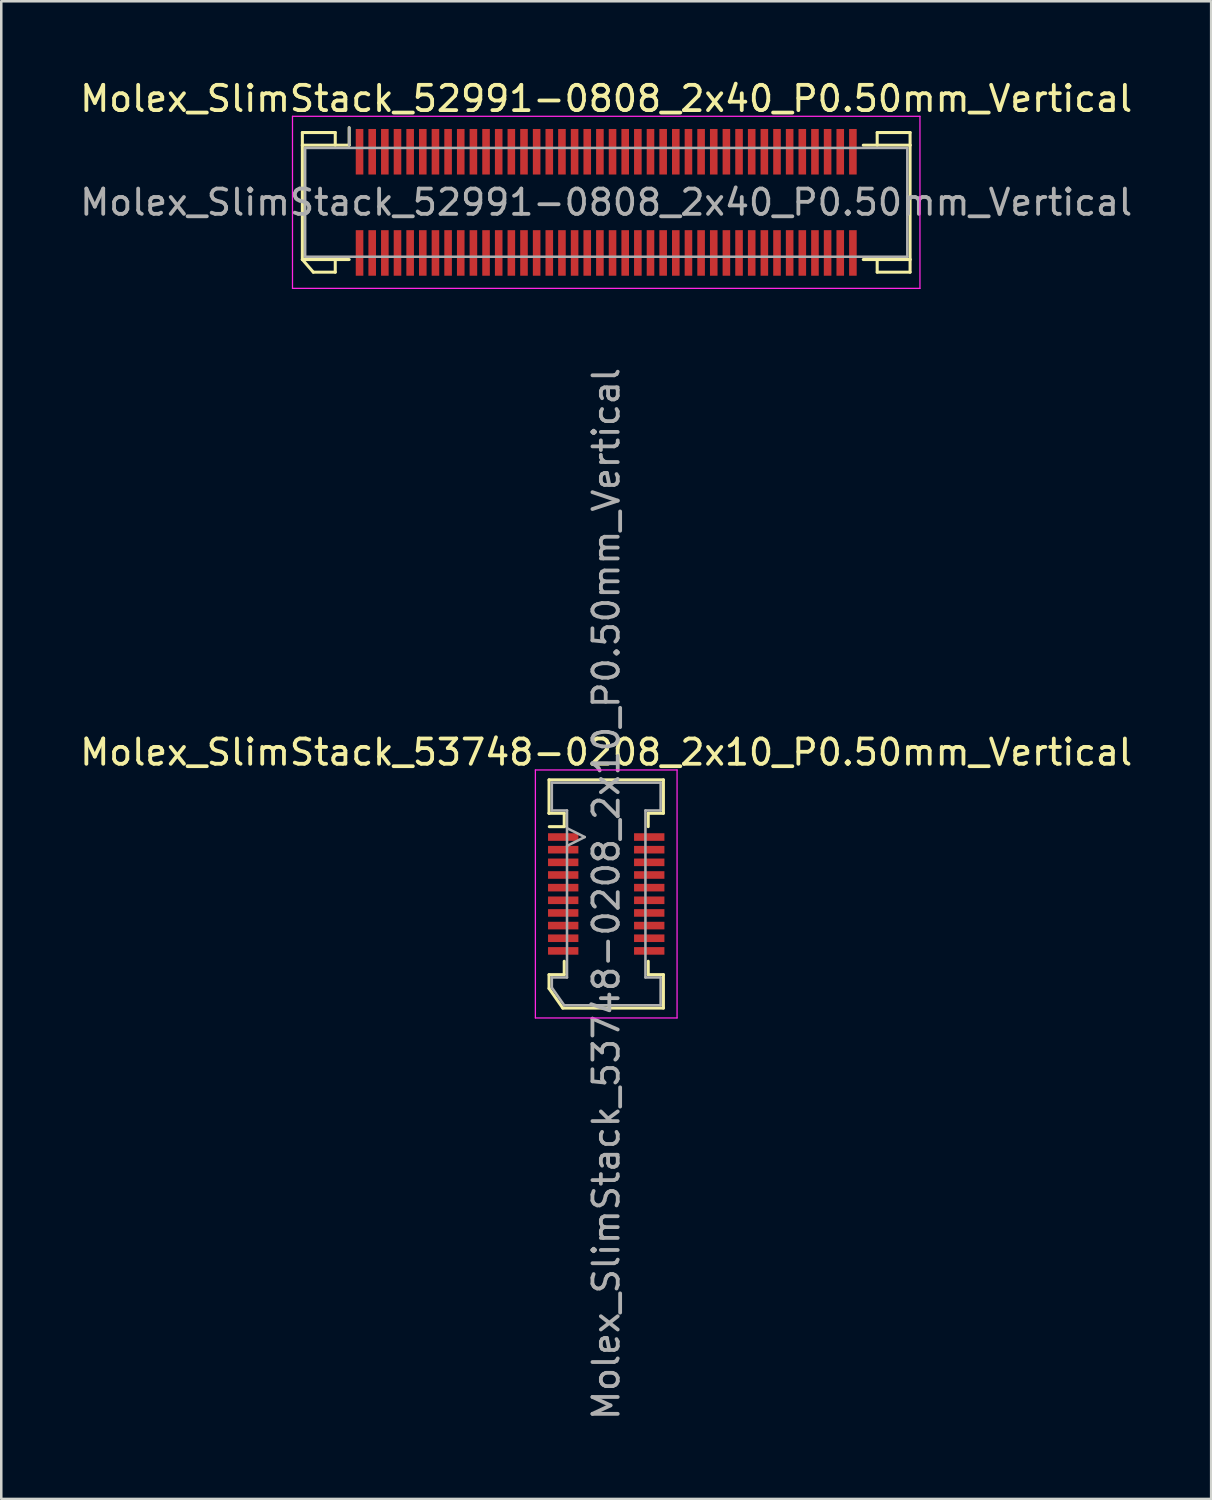
<source format=kicad_pcb>
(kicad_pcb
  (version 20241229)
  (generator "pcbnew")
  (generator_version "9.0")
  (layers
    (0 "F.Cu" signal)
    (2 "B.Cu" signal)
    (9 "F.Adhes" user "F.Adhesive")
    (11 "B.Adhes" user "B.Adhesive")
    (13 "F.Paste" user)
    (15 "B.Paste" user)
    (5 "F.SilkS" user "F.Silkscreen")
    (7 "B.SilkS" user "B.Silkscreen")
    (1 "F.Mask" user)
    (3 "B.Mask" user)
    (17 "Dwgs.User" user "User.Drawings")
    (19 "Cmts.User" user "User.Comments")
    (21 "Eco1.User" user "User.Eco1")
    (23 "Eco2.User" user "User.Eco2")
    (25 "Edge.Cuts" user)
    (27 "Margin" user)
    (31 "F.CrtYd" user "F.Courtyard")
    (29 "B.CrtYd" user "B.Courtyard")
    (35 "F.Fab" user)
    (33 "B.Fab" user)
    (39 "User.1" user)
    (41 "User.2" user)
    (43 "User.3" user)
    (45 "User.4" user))
  (footprint "Molex_SlimStack_52991-0808_2x40_P0.50mm_Vertical"
    (layer "F.Cu")
    (at 20.911 4.948)
    (property "Reference" "Molex_SlimStack_52991-0808_2x40_P0.50mm_Vertical" (at 0 -4.1 0) (layer "F.SilkS") (effects (font (size 1 1) (thickness 0.15))))
    (attr smd)
    (fp_line (start -12.01 -2.76) (end -10.71 -2.76) (stroke (width 0.12) (type solid)) (layer "F.SilkS"))
    (fp_line (start -12.01 -2.26) (end -12.01 -2.76) (stroke (width 0.12) (type solid)) (layer "F.SilkS"))
    (fp_line (start -12.01 -2.26) (end -10.16 -2.26) (stroke (width 0.12) (type solid)) (layer "F.SilkS"))
    (fp_line (start -12.01 2.26) (end -12.01 -2.26) (stroke (width 0.12) (type solid)) (layer "F.SilkS"))
    (fp_line (start -12.01 2.26) (end -11.577 2.76) (stroke (width 0.12) (type solid)) (layer "F.SilkS"))
    (fp_line (start -11.577 2.76) (end -10.71 2.76) (stroke (width 0.12) (type solid)) (layer "F.SilkS"))
    (fp_line (start -10.71 -2.76) (end -10.71 -2.26) (stroke (width 0.12) (type solid)) (layer "F.SilkS"))
    (fp_line (start -10.71 2.76) (end -10.71 2.26) (stroke (width 0.12) (type solid)) (layer "F.SilkS"))
    (fp_line (start -10.16 -2.26) (end -10.16 -2.95) (stroke (width 0.12) (type solid)) (layer "F.SilkS"))
    (fp_line (start -10.16 2.26) (end -12.01 2.26) (stroke (width 0.12) (type solid)) (layer "F.SilkS"))
    (fp_line (start 10.16 2.26) (end 12.01 2.26) (stroke (width 0.12) (type solid)) (layer "F.SilkS"))
    (fp_line (start 10.71 -2.76) (end 10.71 -2.26) (stroke (width 0.12) (type solid)) (layer "F.SilkS"))
    (fp_line (start 10.71 2.76) (end 10.71 2.26) (stroke (width 0.12) (type solid)) (layer "F.SilkS"))
    (fp_line (start 12.01 -2.76) (end 10.71 -2.76) (stroke (width 0.12) (type solid)) (layer "F.SilkS"))
    (fp_line (start 12.01 -2.26) (end 10.16 -2.26) (stroke (width 0.12) (type solid)) (layer "F.SilkS"))
    (fp_line (start 12.01 -2.26) (end 12.01 -2.76) (stroke (width 0.12) (type solid)) (layer "F.SilkS"))
    (fp_line (start 12.01 2.26) (end 12.01 -2.26) (stroke (width 0.12) (type solid)) (layer "F.SilkS"))
    (fp_line (start 12.01 2.26) (end 12.01 2.76) (stroke (width 0.12) (type solid)) (layer "F.SilkS"))
    (fp_line (start 12.01 2.76) (end 10.71 2.76) (stroke (width 0.12) (type solid)) (layer "F.SilkS"))
    (fp_line (start -12.4 -3.4) (end -12.4 3.4) (stroke (width 0.05) (type solid)) (layer "F.CrtYd"))
    (fp_line (start -12.4 3.4) (end 12.4 3.4) (stroke (width 0.05) (type solid)) (layer "F.CrtYd"))
    (fp_line (start 12.4 -3.4) (end -12.4 -3.4) (stroke (width 0.05) (type solid)) (layer "F.CrtYd"))
    (fp_line (start 12.4 3.4) (end 12.4 -3.4) (stroke (width 0.05) (type solid)) (layer "F.CrtYd"))
    (fp_line (start -11.9 -2.15) (end -11.9 2.15) (stroke (width 0.1) (type solid)) (layer "F.Fab"))
    (fp_line (start -11.9 2.15) (end 11.9 2.15) (stroke (width 0.1) (type solid)) (layer "F.Fab"))
    (fp_line (start -10.16 -2.26) (end -10.16 -2.95) (stroke (width 0.1) (type solid)) (layer "F.Fab"))
    (fp_line (start 11.9 -2.15) (end -11.9 -2.15) (stroke (width 0.1) (type solid)) (layer "F.Fab"))
    (fp_line (start 11.9 2.15) (end 11.9 -2.15) (stroke (width 0.1) (type solid)) (layer "F.Fab"))
    (fp_text user "${REFERENCE}" (at 0 0 0) (layer "F.Fab") (effects (font (size 1 1) (thickness 0.15))))
    (pad "1" smd rect (at -9.75 -2) (size 0.3 1.8) (layers "F.Cu" "F.Mask" "F.Paste"))
    (pad "2" smd rect (at -9.75 2) (size 0.3 1.8) (layers "F.Cu" "F.Mask" "F.Paste"))
    (pad "3" smd rect (at -9.25 -2) (size 0.3 1.8) (layers "F.Cu" "F.Mask" "F.Paste"))
    (pad "4" smd rect (at -9.25 2) (size 0.3 1.8) (layers "F.Cu" "F.Mask" "F.Paste"))
    (pad "5" smd rect (at -8.75 -2) (size 0.3 1.8) (layers "F.Cu" "F.Mask" "F.Paste"))
    (pad "6" smd rect (at -8.75 2) (size 0.3 1.8) (layers "F.Cu" "F.Mask" "F.Paste"))
    (pad "7" smd rect (at -8.25 -2) (size 0.3 1.8) (layers "F.Cu" "F.Mask" "F.Paste"))
    (pad "8" smd rect (at -8.25 2) (size 0.3 1.8) (layers "F.Cu" "F.Mask" "F.Paste"))
    (pad "9" smd rect (at -7.75 -2) (size 0.3 1.8) (layers "F.Cu" "F.Mask" "F.Paste"))
    (pad "10" smd rect (at -7.75 2) (size 0.3 1.8) (layers "F.Cu" "F.Mask" "F.Paste"))
    (pad "11" smd rect (at -7.25 -2) (size 0.3 1.8) (layers "F.Cu" "F.Mask" "F.Paste"))
    (pad "12" smd rect (at -7.25 2) (size 0.3 1.8) (layers "F.Cu" "F.Mask" "F.Paste"))
    (pad "13" smd rect (at -6.75 -2) (size 0.3 1.8) (layers "F.Cu" "F.Mask" "F.Paste"))
    (pad "14" smd rect (at -6.75 2) (size 0.3 1.8) (layers "F.Cu" "F.Mask" "F.Paste"))
    (pad "15" smd rect (at -6.25 -2) (size 0.3 1.8) (layers "F.Cu" "F.Mask" "F.Paste"))
    (pad "16" smd rect (at -6.25 2) (size 0.3 1.8) (layers "F.Cu" "F.Mask" "F.Paste"))
    (pad "17" smd rect (at -5.75 -2) (size 0.3 1.8) (layers "F.Cu" "F.Mask" "F.Paste"))
    (pad "18" smd rect (at -5.75 2) (size 0.3 1.8) (layers "F.Cu" "F.Mask" "F.Paste"))
    (pad "19" smd rect (at -5.25 -2) (size 0.3 1.8) (layers "F.Cu" "F.Mask" "F.Paste"))
    (pad "20" smd rect (at -5.25 2) (size 0.3 1.8) (layers "F.Cu" "F.Mask" "F.Paste"))
    (pad "21" smd rect (at -4.75 -2) (size 0.3 1.8) (layers "F.Cu" "F.Mask" "F.Paste"))
    (pad "22" smd rect (at -4.75 2) (size 0.3 1.8) (layers "F.Cu" "F.Mask" "F.Paste"))
    (pad "23" smd rect (at -4.25 -2) (size 0.3 1.8) (layers "F.Cu" "F.Mask" "F.Paste"))
    (pad "24" smd rect (at -4.25 2) (size 0.3 1.8) (layers "F.Cu" "F.Mask" "F.Paste"))
    (pad "25" smd rect (at -3.75 -2) (size 0.3 1.8) (layers "F.Cu" "F.Mask" "F.Paste"))
    (pad "26" smd rect (at -3.75 2) (size 0.3 1.8) (layers "F.Cu" "F.Mask" "F.Paste"))
    (pad "27" smd rect (at -3.25 -2) (size 0.3 1.8) (layers "F.Cu" "F.Mask" "F.Paste"))
    (pad "28" smd rect (at -3.25 2) (size 0.3 1.8) (layers "F.Cu" "F.Mask" "F.Paste"))
    (pad "29" smd rect (at -2.75 -2) (size 0.3 1.8) (layers "F.Cu" "F.Mask" "F.Paste"))
    (pad "30" smd rect (at -2.75 2) (size 0.3 1.8) (layers "F.Cu" "F.Mask" "F.Paste"))
    (pad "31" smd rect (at -2.25 -2) (size 0.3 1.8) (layers "F.Cu" "F.Mask" "F.Paste"))
    (pad "32" smd rect (at -2.25 2) (size 0.3 1.8) (layers "F.Cu" "F.Mask" "F.Paste"))
    (pad "33" smd rect (at -1.75 -2) (size 0.3 1.8) (layers "F.Cu" "F.Mask" "F.Paste"))
    (pad "34" smd rect (at -1.75 2) (size 0.3 1.8) (layers "F.Cu" "F.Mask" "F.Paste"))
    (pad "35" smd rect (at -1.25 -2) (size 0.3 1.8) (layers "F.Cu" "F.Mask" "F.Paste"))
    (pad "36" smd rect (at -1.25 2) (size 0.3 1.8) (layers "F.Cu" "F.Mask" "F.Paste"))
    (pad "37" smd rect (at -0.75 -2) (size 0.3 1.8) (layers "F.Cu" "F.Mask" "F.Paste"))
    (pad "38" smd rect (at -0.75 2) (size 0.3 1.8) (layers "F.Cu" "F.Mask" "F.Paste"))
    (pad "39" smd rect (at -0.25 -2) (size 0.3 1.8) (layers "F.Cu" "F.Mask" "F.Paste"))
    (pad "40" smd rect (at -0.25 2) (size 0.3 1.8) (layers "F.Cu" "F.Mask" "F.Paste"))
    (pad "41" smd rect (at 0.25 -2) (size 0.3 1.8) (layers "F.Cu" "F.Mask" "F.Paste"))
    (pad "42" smd rect (at 0.25 2) (size 0.3 1.8) (layers "F.Cu" "F.Mask" "F.Paste"))
    (pad "43" smd rect (at 0.75 -2) (size 0.3 1.8) (layers "F.Cu" "F.Mask" "F.Paste"))
    (pad "44" smd rect (at 0.75 2) (size 0.3 1.8) (layers "F.Cu" "F.Mask" "F.Paste"))
    (pad "45" smd rect (at 1.25 -2) (size 0.3 1.8) (layers "F.Cu" "F.Mask" "F.Paste"))
    (pad "46" smd rect (at 1.25 2) (size 0.3 1.8) (layers "F.Cu" "F.Mask" "F.Paste"))
    (pad "47" smd rect (at 1.75 -2) (size 0.3 1.8) (layers "F.Cu" "F.Mask" "F.Paste"))
    (pad "48" smd rect (at 1.75 2) (size 0.3 1.8) (layers "F.Cu" "F.Mask" "F.Paste"))
    (pad "49" smd rect (at 2.25 -2) (size 0.3 1.8) (layers "F.Cu" "F.Mask" "F.Paste"))
    (pad "50" smd rect (at 2.25 2) (size 0.3 1.8) (layers "F.Cu" "F.Mask" "F.Paste"))
    (pad "51" smd rect (at 2.75 -2) (size 0.3 1.8) (layers "F.Cu" "F.Mask" "F.Paste"))
    (pad "52" smd rect (at 2.75 2) (size 0.3 1.8) (layers "F.Cu" "F.Mask" "F.Paste"))
    (pad "53" smd rect (at 3.25 -2) (size 0.3 1.8) (layers "F.Cu" "F.Mask" "F.Paste"))
    (pad "54" smd rect (at 3.25 2) (size 0.3 1.8) (layers "F.Cu" "F.Mask" "F.Paste"))
    (pad "55" smd rect (at 3.75 -2) (size 0.3 1.8) (layers "F.Cu" "F.Mask" "F.Paste"))
    (pad "56" smd rect (at 3.75 2) (size 0.3 1.8) (layers "F.Cu" "F.Mask" "F.Paste"))
    (pad "57" smd rect (at 4.25 -2) (size 0.3 1.8) (layers "F.Cu" "F.Mask" "F.Paste"))
    (pad "58" smd rect (at 4.25 2) (size 0.3 1.8) (layers "F.Cu" "F.Mask" "F.Paste"))
    (pad "59" smd rect (at 4.75 -2) (size 0.3 1.8) (layers "F.Cu" "F.Mask" "F.Paste"))
    (pad "60" smd rect (at 4.75 2) (size 0.3 1.8) (layers "F.Cu" "F.Mask" "F.Paste"))
    (pad "61" smd rect (at 5.25 -2) (size 0.3 1.8) (layers "F.Cu" "F.Mask" "F.Paste"))
    (pad "62" smd rect (at 5.25 2) (size 0.3 1.8) (layers "F.Cu" "F.Mask" "F.Paste"))
    (pad "63" smd rect (at 5.75 -2) (size 0.3 1.8) (layers "F.Cu" "F.Mask" "F.Paste"))
    (pad "64" smd rect (at 5.75 2) (size 0.3 1.8) (layers "F.Cu" "F.Mask" "F.Paste"))
    (pad "65" smd rect (at 6.25 -2) (size 0.3 1.8) (layers "F.Cu" "F.Mask" "F.Paste"))
    (pad "66" smd rect (at 6.25 2) (size 0.3 1.8) (layers "F.Cu" "F.Mask" "F.Paste"))
    (pad "67" smd rect (at 6.75 -2) (size 0.3 1.8) (layers "F.Cu" "F.Mask" "F.Paste"))
    (pad "68" smd rect (at 6.75 2) (size 0.3 1.8) (layers "F.Cu" "F.Mask" "F.Paste"))
    (pad "69" smd rect (at 7.25 -2) (size 0.3 1.8) (layers "F.Cu" "F.Mask" "F.Paste"))
    (pad "70" smd rect (at 7.25 2) (size 0.3 1.8) (layers "F.Cu" "F.Mask" "F.Paste"))
    (pad "71" smd rect (at 7.75 -2) (size 0.3 1.8) (layers "F.Cu" "F.Mask" "F.Paste"))
    (pad "72" smd rect (at 7.75 2) (size 0.3 1.8) (layers "F.Cu" "F.Mask" "F.Paste"))
    (pad "73" smd rect (at 8.25 -2) (size 0.3 1.8) (layers "F.Cu" "F.Mask" "F.Paste"))
    (pad "74" smd rect (at 8.25 2) (size 0.3 1.8) (layers "F.Cu" "F.Mask" "F.Paste"))
    (pad "75" smd rect (at 8.75 -2) (size 0.3 1.8) (layers "F.Cu" "F.Mask" "F.Paste"))
    (pad "76" smd rect (at 8.75 2) (size 0.3 1.8) (layers "F.Cu" "F.Mask" "F.Paste"))
    (pad "77" smd rect (at 9.25 -2) (size 0.3 1.8) (layers "F.Cu" "F.Mask" "F.Paste"))
    (pad "78" smd rect (at 9.25 2) (size 0.3 1.8) (layers "F.Cu" "F.Mask" "F.Paste"))
    (pad "79" smd rect (at 9.75 -2) (size 0.3 1.8) (layers "F.Cu" "F.Mask" "F.Paste"))
    (pad "80" smd rect (at 9.75 2) (size 0.3 1.8) (layers "F.Cu" "F.Mask" "F.Paste")))
  (footprint "Molex_SlimStack_53748-0208_2x10_P0.50mm_Vertical"
    (layer "F.Cu")
    (at 20.911 32.284)
    (property "Reference" "Molex_SlimStack_53748-0208_2x10_P0.50mm_Vertical" (at 0 -5.6 0) (layer "F.SilkS") (effects (font (size 1 1) (thickness 0.15))))
    (attr smd)
    (fp_line (start -2.26 -4.51) (end -2.26 -3.19) (stroke (width 0.12) (type solid)) (layer "F.SilkS"))
    (fp_line (start -2.26 -3.19) (end -2.26 -3.19) (stroke (width 0.12) (type solid)) (layer "F.SilkS"))
    (fp_line (start -2.26 -3.19) (end -1.66 -3.19) (stroke (width 0.12) (type solid)) (layer "F.SilkS"))
    (fp_line (start -2.26 3.19) (end -1.66 3.19) (stroke (width 0.12) (type solid)) (layer "F.SilkS"))
    (fp_line (start -2.26 3.735) (end -2.26 3.19) (stroke (width 0.12) (type solid)) (layer "F.SilkS"))
    (fp_line (start -1.717 4.51) (end -2.26 3.735) (stroke (width 0.12) (type solid)) (layer "F.SilkS"))
    (fp_line (start -1.66 -3.19) (end -1.66 -2.66) (stroke (width 0.12) (type solid)) (layer "F.SilkS"))
    (fp_line (start -1.66 -2.66) (end -2.25 -2.66) (stroke (width 0.12) (type solid)) (layer "F.SilkS"))
    (fp_line (start -1.66 3.19) (end -1.66 2.66) (stroke (width 0.12) (type solid)) (layer "F.SilkS"))
    (fp_line (start 1.66 -3.19) (end 2.26 -3.19) (stroke (width 0.12) (type solid)) (layer "F.SilkS"))
    (fp_line (start 1.66 -2.66) (end 1.66 -3.19) (stroke (width 0.12) (type solid)) (layer "F.SilkS"))
    (fp_line (start 1.66 2.66) (end 1.66 3.19) (stroke (width 0.12) (type solid)) (layer "F.SilkS"))
    (fp_line (start 1.66 3.19) (end 2.26 3.19) (stroke (width 0.12) (type solid)) (layer "F.SilkS"))
    (fp_line (start 2.26 -4.51) (end -2.26 -4.51) (stroke (width 0.12) (type solid)) (layer "F.SilkS"))
    (fp_line (start 2.26 -3.19) (end 2.26 -4.51) (stroke (width 0.12) (type solid)) (layer "F.SilkS"))
    (fp_line (start 2.26 3.19) (end 2.26 4.51) (stroke (width 0.12) (type solid)) (layer "F.SilkS"))
    (fp_line (start 2.26 4.51) (end -1.717 4.51) (stroke (width 0.12) (type solid)) (layer "F.SilkS"))
    (fp_line (start -2.8 -4.9) (end -2.8 4.9) (stroke (width 0.05) (type solid)) (layer "F.CrtYd"))
    (fp_line (start -2.8 4.9) (end 2.8 4.9) (stroke (width 0.05) (type solid)) (layer "F.CrtYd"))
    (fp_line (start 2.8 -4.9) (end -2.8 -4.9) (stroke (width 0.05) (type solid)) (layer "F.CrtYd"))
    (fp_line (start 2.8 4.9) (end 2.8 -4.9) (stroke (width 0.05) (type solid)) (layer "F.CrtYd"))
    (fp_line (start -2.15 -4.4) (end -2.15 -3.3) (stroke (width 0.1) (type solid)) (layer "F.Fab"))
    (fp_line (start -2.15 -3.3) (end -1.55 -3.3) (stroke (width 0.1) (type solid)) (layer "F.Fab"))
    (fp_line (start -2.15 3.3) (end -2.15 3.7) (stroke (width 0.1) (type solid)) (layer "F.Fab"))
    (fp_line (start -2.15 3.7) (end -1.66 4.4) (stroke (width 0.1) (type solid)) (layer "F.Fab"))
    (fp_line (start -1.66 4.4) (end 2.15 4.4) (stroke (width 0.1) (type solid)) (layer "F.Fab"))
    (fp_line (start -1.55 -3.3) (end -1.55 3.3) (stroke (width 0.1) (type solid)) (layer "F.Fab"))
    (fp_line (start -1.55 3.3) (end -2.15 3.3) (stroke (width 0.1) (type solid)) (layer "F.Fab"))
    (fp_line (start -0.85 -2.25) (end -1.55 -2.6) (stroke (width 0.1) (type solid)) (layer "F.Fab"))
    (fp_line (start -0.85 -2.25) (end -1.55 -1.9) (stroke (width 0.1) (type solid)) (layer "F.Fab"))
    (fp_line (start 1.55 -3.3) (end 2.15 -3.3) (stroke (width 0.1) (type solid)) (layer "F.Fab"))
    (fp_line (start 1.55 3.3) (end 1.55 -3.3) (stroke (width 0.1) (type solid)) (layer "F.Fab"))
    (fp_line (start 2.15 -4.4) (end -2.15 -4.4) (stroke (width 0.1) (type solid)) (layer "F.Fab"))
    (fp_line (start 2.15 -3.3) (end 2.15 -4.4) (stroke (width 0.1) (type solid)) (layer "F.Fab"))
    (fp_line (start 2.15 3.3) (end 1.55 3.3) (stroke (width 0.1) (type solid)) (layer "F.Fab"))
    (fp_line (start 2.15 4.4) (end 2.15 3.3) (stroke (width 0.1) (type solid)) (layer "F.Fab"))
    (fp_text user "${REFERENCE}" (at 0 0 90) (layer "F.Fab") (effects (font (size 1 1) (thickness 0.15))))
    (pad "1" smd rect (at -1.7 -2.25) (size 1.2 0.3) (layers "F.Cu" "F.Mask" "F.Paste"))
    (pad "2" smd rect (at 1.7 -2.25) (size 1.2 0.3) (layers "F.Cu" "F.Mask" "F.Paste"))
    (pad "3" smd rect (at -1.7 -1.75) (size 1.2 0.3) (layers "F.Cu" "F.Mask" "F.Paste"))
    (pad "4" smd rect (at 1.7 -1.75) (size 1.2 0.3) (layers "F.Cu" "F.Mask" "F.Paste"))
    (pad "5" smd rect (at -1.7 -1.25) (size 1.2 0.3) (layers "F.Cu" "F.Mask" "F.Paste"))
    (pad "6" smd rect (at 1.7 -1.25) (size 1.2 0.3) (layers "F.Cu" "F.Mask" "F.Paste"))
    (pad "7" smd rect (at -1.7 -0.75) (size 1.2 0.3) (layers "F.Cu" "F.Mask" "F.Paste"))
    (pad "8" smd rect (at 1.7 -0.75) (size 1.2 0.3) (layers "F.Cu" "F.Mask" "F.Paste"))
    (pad "9" smd rect (at -1.7 -0.25) (size 1.2 0.3) (layers "F.Cu" "F.Mask" "F.Paste"))
    (pad "10" smd rect (at 1.7 -0.25) (size 1.2 0.3) (layers "F.Cu" "F.Mask" "F.Paste"))
    (pad "11" smd rect (at -1.7 0.25) (size 1.2 0.3) (layers "F.Cu" "F.Mask" "F.Paste"))
    (pad "12" smd rect (at 1.7 0.25) (size 1.2 0.3) (layers "F.Cu" "F.Mask" "F.Paste"))
    (pad "13" smd rect (at -1.7 0.75) (size 1.2 0.3) (layers "F.Cu" "F.Mask" "F.Paste"))
    (pad "14" smd rect (at 1.7 0.75) (size 1.2 0.3) (layers "F.Cu" "F.Mask" "F.Paste"))
    (pad "15" smd rect (at -1.7 1.25) (size 1.2 0.3) (layers "F.Cu" "F.Mask" "F.Paste"))
    (pad "16" smd rect (at 1.7 1.25) (size 1.2 0.3) (layers "F.Cu" "F.Mask" "F.Paste"))
    (pad "17" smd rect (at -1.7 1.75) (size 1.2 0.3) (layers "F.Cu" "F.Mask" "F.Paste"))
    (pad "18" smd rect (at 1.7 1.75) (size 1.2 0.3) (layers "F.Cu" "F.Mask" "F.Paste"))
    (pad "19" smd rect (at -1.7 2.25) (size 1.2 0.3) (layers "F.Cu" "F.Mask" "F.Paste"))
    (pad "20" smd rect (at 1.7 2.25) (size 1.2 0.3) (layers "F.Cu" "F.Mask" "F.Paste")))
  (gr_rect
    (start -3 -3)
    (end 44.821 56.195)
    (stroke (width 0.1) (type default))
    (fill no)
    (layer "Edge.Cuts")))
</source>
